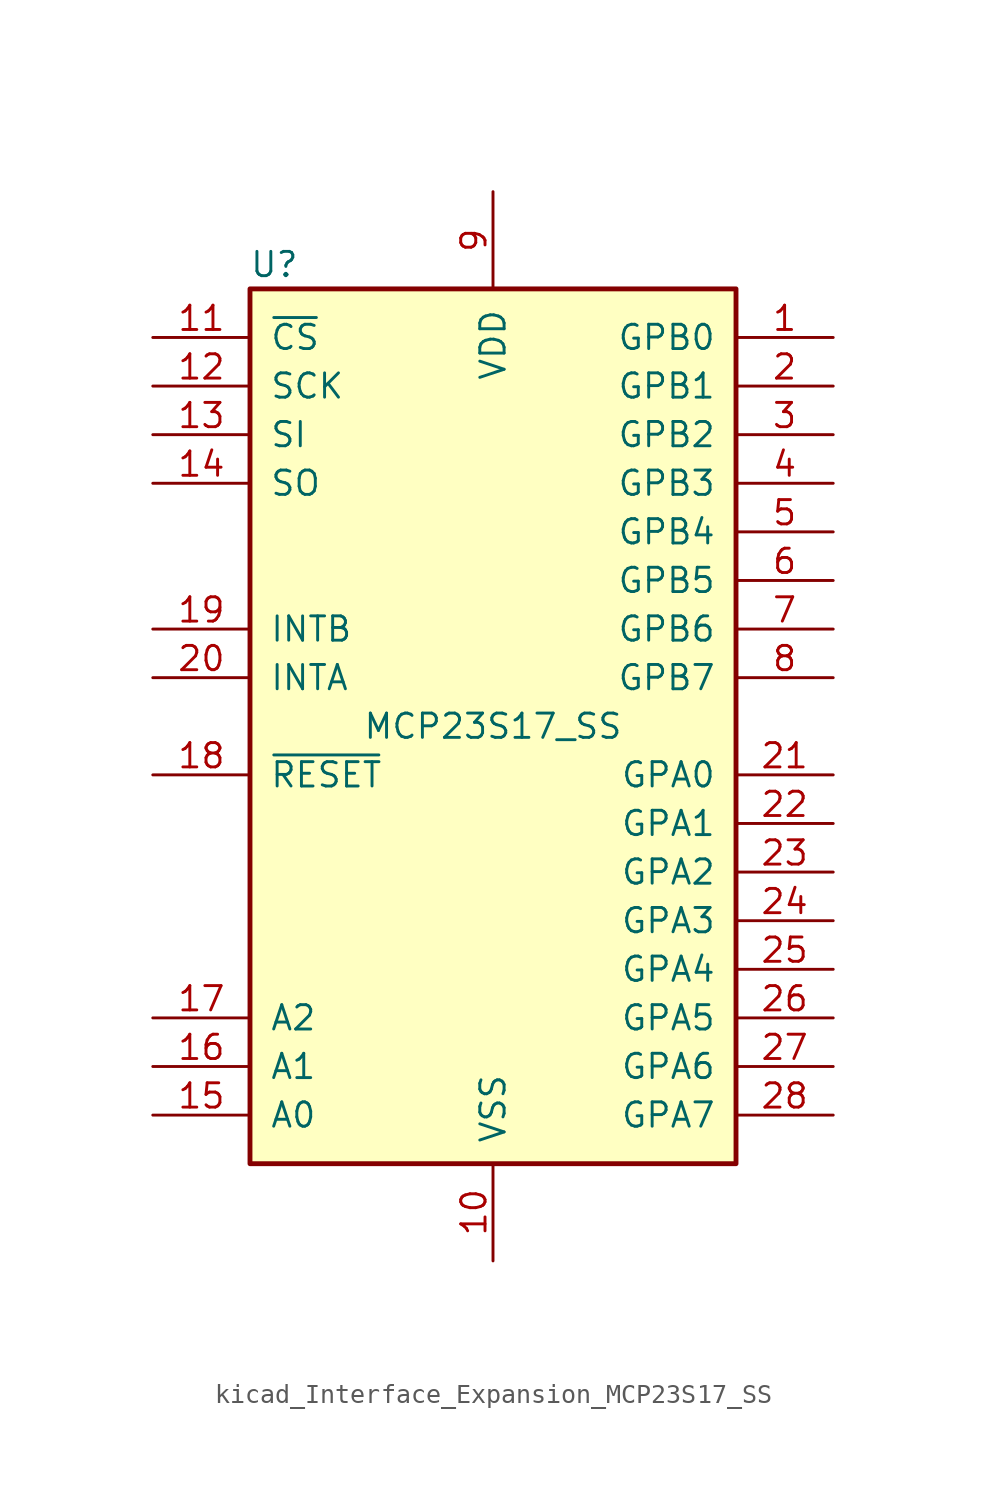
<source format=kicad_sym>
(kicad_symbol_lib
  (version 20220914)
  (generator kicad_symbol_editor)
  (symbol "kicad_Interface_Expansion_MCP23S17_SS"
    (pin_names
      (offset 1.016))
    (property "Reference" "U"
      (at -11.43 24.13 0)
      (effects (font (size 1.27 1.27))))
    (property "Value" "MCP23S17_SS"
      (at 0 0 0)
      (effects (font (size 1.27 1.27))))
    (symbol "kicad_Interface_Expansion_MCP23S17_SS_0_1"
      (rectangle (start -12.7 22.86) (end 12.7 -22.86) (stroke (width 0.254) (type default)) (fill (type background))))
    (symbol "kicad_Interface_Expansion_MCP23S17_SS_1_1"
      (pin bidirectional line (at 17.78 20.32 180) (length 5.08) (name "GPB0" (effects (font (size 1.27 1.27)))) (number "1" (effects (font (size 1.27 1.27)))))
      (pin power_in line (at 0 -27.94 90) (length 5.08) (name "VSS" (effects (font (size 1.27 1.27)))) (number "10" (effects (font (size 1.27 1.27)))))
      (pin input line (at -17.78 20.32 0) (length 5.08) (name "~{CS}" (effects (font (size 1.27 1.27)))) (number "11" (effects (font (size 1.27 1.27)))))
      (pin input line (at -17.78 17.78 0) (length 5.08) (name "SCK" (effects (font (size 1.27 1.27)))) (number "12" (effects (font (size 1.27 1.27)))))
      (pin input line (at -17.78 15.24 0) (length 5.08) (name "SI" (effects (font (size 1.27 1.27)))) (number "13" (effects (font (size 1.27 1.27)))))
      (pin output line (at -17.78 12.7 0) (length 5.08) (name "SO" (effects (font (size 1.27 1.27)))) (number "14" (effects (font (size 1.27 1.27)))))
      (pin input line (at -17.78 -20.32 0) (length 5.08) (name "A0" (effects (font (size 1.27 1.27)))) (number "15" (effects (font (size 1.27 1.27)))))
      (pin input line (at -17.78 -17.78 0) (length 5.08) (name "A1" (effects (font (size 1.27 1.27)))) (number "16" (effects (font (size 1.27 1.27)))))
      (pin input line (at -17.78 -15.24 0) (length 5.08) (name "A2" (effects (font (size 1.27 1.27)))) (number "17" (effects (font (size 1.27 1.27)))))
      (pin input line (at -17.78 -2.54 0) (length 5.08) (name "~{RESET}" (effects (font (size 1.27 1.27)))) (number "18" (effects (font (size 1.27 1.27)))))
      (pin tri_state line (at -17.78 5.08 0) (length 5.08) (name "INTB" (effects (font (size 1.27 1.27)))) (number "19" (effects (font (size 1.27 1.27)))))
      (pin bidirectional line (at 17.78 17.78 180) (length 5.08) (name "GPB1" (effects (font (size 1.27 1.27)))) (number "2" (effects (font (size 1.27 1.27)))))
      (pin tri_state line (at -17.78 2.54 0) (length 5.08) (name "INTA" (effects (font (size 1.27 1.27)))) (number "20" (effects (font (size 1.27 1.27)))))
      (pin bidirectional line (at 17.78 -2.54 180) (length 5.08) (name "GPA0" (effects (font (size 1.27 1.27)))) (number "21" (effects (font (size 1.27 1.27)))))
      (pin bidirectional line (at 17.78 -5.08 180) (length 5.08) (name "GPA1" (effects (font (size 1.27 1.27)))) (number "22" (effects (font (size 1.27 1.27)))))
      (pin bidirectional line (at 17.78 -7.62 180) (length 5.08) (name "GPA2" (effects (font (size 1.27 1.27)))) (number "23" (effects (font (size 1.27 1.27)))))
      (pin bidirectional line (at 17.78 -10.16 180) (length 5.08) (name "GPA3" (effects (font (size 1.27 1.27)))) (number "24" (effects (font (size 1.27 1.27)))))
      (pin bidirectional line (at 17.78 -12.7 180) (length 5.08) (name "GPA4" (effects (font (size 1.27 1.27)))) (number "25" (effects (font (size 1.27 1.27)))))
      (pin bidirectional line (at 17.78 -15.24 180) (length 5.08) (name "GPA5" (effects (font (size 1.27 1.27)))) (number "26" (effects (font (size 1.27 1.27)))))
      (pin bidirectional line (at 17.78 -17.78 180) (length 5.08) (name "GPA6" (effects (font (size 1.27 1.27)))) (number "27" (effects (font (size 1.27 1.27)))))
      (pin bidirectional line (at 17.78 -20.32 180) (length 5.08) (name "GPA7" (effects (font (size 1.27 1.27)))) (number "28" (effects (font (size 1.27 1.27)))))
      (pin bidirectional line (at 17.78 15.24 180) (length 5.08) (name "GPB2" (effects (font (size 1.27 1.27)))) (number "3" (effects (font (size 1.27 1.27)))))
      (pin bidirectional line (at 17.78 12.7 180) (length 5.08) (name "GPB3" (effects (font (size 1.27 1.27)))) (number "4" (effects (font (size 1.27 1.27)))))
      (pin bidirectional line (at 17.78 10.16 180) (length 5.08) (name "GPB4" (effects (font (size 1.27 1.27)))) (number "5" (effects (font (size 1.27 1.27)))))
      (pin bidirectional line (at 17.78 7.62 180) (length 5.08) (name "GPB5" (effects (font (size 1.27 1.27)))) (number "6" (effects (font (size 1.27 1.27)))))
      (pin bidirectional line (at 17.78 5.08 180) (length 5.08) (name "GPB6" (effects (font (size 1.27 1.27)))) (number "7" (effects (font (size 1.27 1.27)))))
      (pin bidirectional line (at 17.78 2.54 180) (length 5.08) (name "GPB7" (effects (font (size 1.27 1.27)))) (number "8" (effects (font (size 1.27 1.27)))))
      (pin power_in line (at 0 27.94 270) (length 5.08) (name "VDD" (effects (font (size 1.27 1.27)))) (number "9" (effects (font (size 1.27 1.27))))))))
</source>
